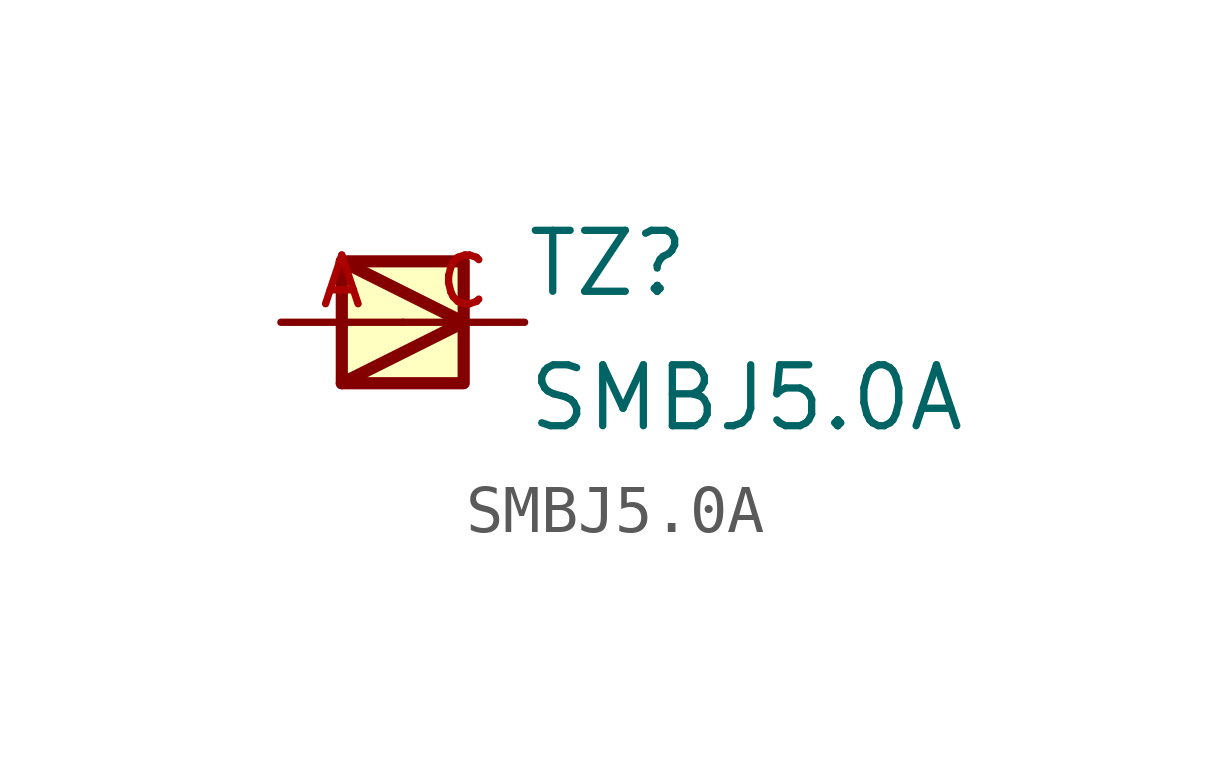
<source format=kicad_sym>
(kicad_symbol_lib
  (version 20211014)
  (generator kicad_symbol_editor)
  (symbol "SMBJ5.0A"
    (pin_names
      (offset 1.016))
    (property "Reference" "TZ"
      (at 5.082 0.483 0)
      (effects (font (size 1.27 1.27)) (justify bottom left)))
    (property "Value" "SMBJ5.0A"
      (at 5.096 -2.319 0)
      (effects (font (size 1.27 1.27)) (justify bottom left)))
    (symbol "SMBJ5.0A_0_0"
      (polyline (pts (xy 1.27 -1.27) (xy 3.81 0.0)) (stroke (width 0.254)))
      (polyline (pts (xy 3.81 0.0) (xy 1.27 1.27)) (stroke (width 0.254)))
      (rectangle (start 1.27 -1.27) (end 3.81 1.27) (stroke (width 0.254)) (fill (type background)))
      (pin passive line (at 0.0 0.0 0) (length 2.54) (name "~" (effects (font (size 1.016 1.016)))) (number "A" (effects (font (size 1.016 1.016)))))
      (pin passive line (at 5.08 0.0 180.0) (length 2.54) (name "~" (effects (font (size 1.016 1.016)))) (number "C" (effects (font (size 1.016 1.016))))))))
</source>
